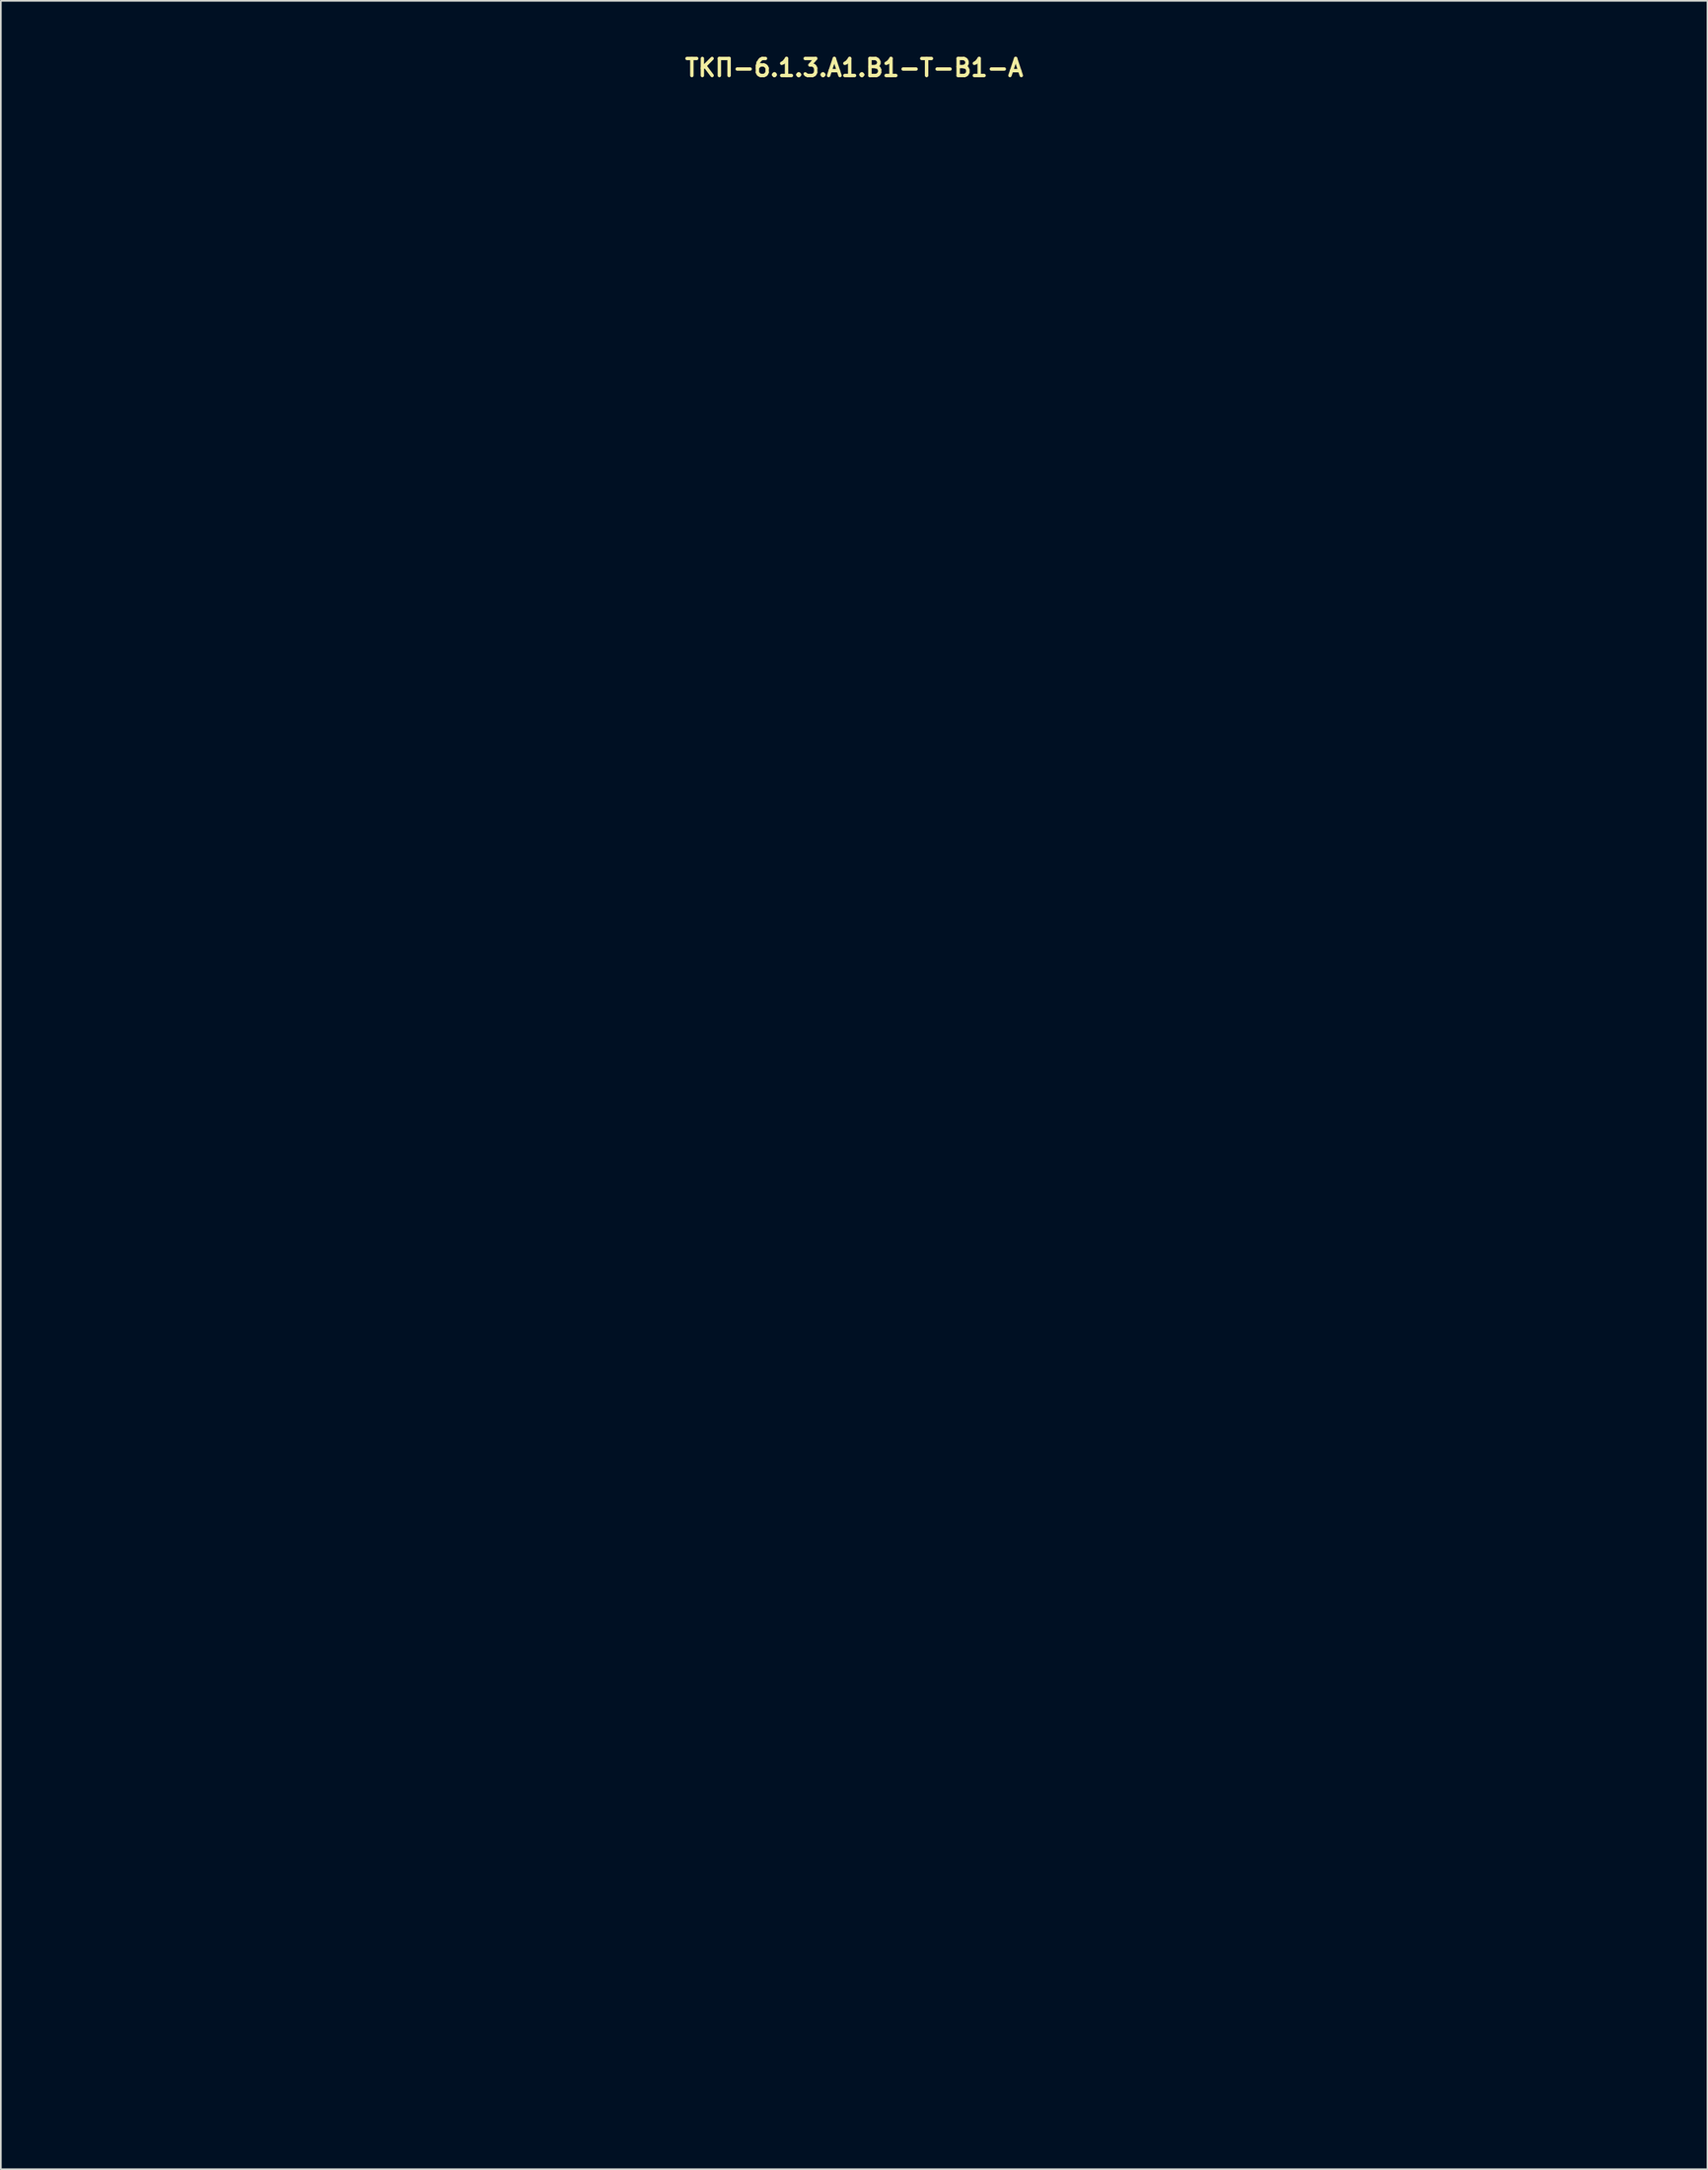
<source format=kicad_pcb>
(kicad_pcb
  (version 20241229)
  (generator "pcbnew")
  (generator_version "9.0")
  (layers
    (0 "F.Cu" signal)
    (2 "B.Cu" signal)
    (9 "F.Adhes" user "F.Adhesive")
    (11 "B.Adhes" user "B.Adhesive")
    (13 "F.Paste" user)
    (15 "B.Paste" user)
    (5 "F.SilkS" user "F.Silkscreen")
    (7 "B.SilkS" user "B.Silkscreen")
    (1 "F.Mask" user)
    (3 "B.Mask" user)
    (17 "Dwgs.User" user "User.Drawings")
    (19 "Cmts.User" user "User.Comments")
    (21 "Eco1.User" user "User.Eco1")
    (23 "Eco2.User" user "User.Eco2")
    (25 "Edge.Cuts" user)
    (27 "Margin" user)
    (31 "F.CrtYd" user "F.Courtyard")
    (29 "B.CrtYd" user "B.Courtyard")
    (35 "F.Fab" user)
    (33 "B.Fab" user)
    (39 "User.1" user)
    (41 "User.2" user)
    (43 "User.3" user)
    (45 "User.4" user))
  (footprint "ТКП-6.1.3.A1.B1-T-B1-A"
    (layer "F.Cu")
    (at 47.2 61.515)
    (property "Reference" "ТКП-6.1.3.A1.B1-T-B1-A" (at 0 -60.579 0) (layer "F.SilkS") (effects (font (size 1 1) (thickness 0.2))))
    (attr through_hole)
    (fp_line (start -47 -56.65) (end -47 56.65) (stroke (width 0.4) (type solid)) (layer "Eco1.User"))
    (fp_line (start -43.9 -59.75) (end 43.9 -59.75) (stroke (width 0.4) (type solid)) (layer "Eco1.User"))
    (fp_line (start -43.9 59.75) (end 43.9 59.75) (stroke (width 0.4) (type solid)) (layer "Eco1.User"))
    (fp_line (start 47 -56.65) (end 47 56.65) (stroke (width 0.4) (type solid)) (layer "Eco1.User"))
    (fp_arc (start -47 -56.65) (mid -46.092031 -58.842031) (end -43.9 -59.75) (stroke (width 0.4) (type solid)) (layer "Eco1.User"))
    (fp_arc (start -43.9 59.75) (mid -46.092031 58.842031) (end -47 56.65) (stroke (width 0.4) (type solid)) (layer "Eco1.User"))
    (fp_arc (start 43.9 -59.75) (mid 46.092031 -58.842031) (end 47 -56.65) (stroke (width 0.4) (type solid)) (layer "Eco1.User"))
    (fp_arc (start 47 56.65) (mid 46.092031 58.842031) (end 43.9 59.75) (stroke (width 0.4) (type solid)) (layer "Eco1.User"))
    (fp_circle (center -38.6 -51.35) (end -37.1 -51.35) (stroke (width 0.4) (type solid)) (fill no) (layer "Eco1.User"))
    (fp_circle (center -38.6 -51.35) (end -35.1 -51.35) (stroke (width 0.4) (type solid)) (fill no) (layer "Eco1.User"))
    (fp_circle (center -38.6 51.35) (end -37.1 51.35) (stroke (width 0.4) (type solid)) (fill no) (layer "Eco1.User"))
    (fp_circle (center -38.6 51.35) (end -35.1 51.35) (stroke (width 0.4) (type solid)) (fill no) (layer "Eco1.User"))
    (fp_circle (center -33.02 -31.55) (end -29.42 -31.55) (stroke (width 0.4) (type solid)) (fill no) (layer "Eco1.User"))
    (fp_circle (center -33.02 -31.55) (end -23.52 -31.55) (stroke (width 0.4) (type solid)) (fill no) (layer "Eco1.User"))
    (fp_circle (center -29.21 -52.07) (end -27.71 -52.07) (stroke (width 0.4) (type solid)) (fill no) (layer "Eco1.User"))
    (fp_circle (center -29.21 -52.07) (end -25.71 -52.07) (stroke (width 0.4) (type solid)) (fill no) (layer "Eco1.User"))
    (fp_circle (center -8.89 -52.07) (end -7.39 -52.07) (stroke (width 0.4) (type solid)) (fill no) (layer "Eco1.User"))
    (fp_circle (center -8.89 -52.07) (end -5.39 -52.07) (stroke (width 0.4) (type solid)) (fill no) (layer "Eco1.User"))
    (fp_circle (center 0 -31.55) (end 3.6 -31.55) (stroke (width 0.4) (type solid)) (fill no) (layer "Eco1.User"))
    (fp_circle (center 0 -31.55) (end 9.5 -31.55) (stroke (width 0.4) (type solid)) (fill no) (layer "Eco1.User"))
    (fp_circle (center 0 13.97) (end 2.65 13.97) (stroke (width 0.4) (type solid)) (fill no) (layer "Eco1.User"))
    (fp_circle (center 0 29.21) (end 6 29.21) (stroke (width 0.4) (type solid)) (fill no) (layer "Eco1.User"))
    (fp_circle (center 0 29.21) (end 9.75 29.21) (stroke (width 0.4) (type solid)) (fill no) (layer "Eco1.User"))
    (fp_circle (center 8.89 -52.07) (end 10.39 -52.07) (stroke (width 0.4) (type solid)) (fill no) (layer "Eco1.User"))
    (fp_circle (center 8.89 -52.07) (end 12.39 -52.07) (stroke (width 0.4) (type solid)) (fill no) (layer "Eco1.User"))
    (fp_circle (center 29.21 -52.07) (end 30.71 -52.07) (stroke (width 0.4) (type solid)) (fill no) (layer "Eco1.User"))
    (fp_circle (center 29.21 -52.07) (end 32.71 -52.07) (stroke (width 0.4) (type solid)) (fill no) (layer "Eco1.User"))
    (fp_circle (center 33.02 -31.55) (end 36.62 -31.55) (stroke (width 0.4) (type solid)) (fill no) (layer "Eco1.User"))
    (fp_circle (center 33.02 -31.55) (end 42.52 -31.55) (stroke (width 0.4) (type solid)) (fill no) (layer "Eco1.User"))
    (fp_circle (center 38.6 -51.35) (end 40.1 -51.35) (stroke (width 0.4) (type solid)) (fill no) (layer "Eco1.User"))
    (fp_circle (center 38.6 -51.35) (end 42.1 -51.35) (stroke (width 0.4) (type solid)) (fill no) (layer "Eco1.User"))
    (fp_circle (center 38.6 51.35) (end 40.1 51.35) (stroke (width 0.4) (type solid)) (fill no) (layer "Eco1.User"))
    (fp_circle (center 38.6 51.35) (end 42.1 51.35) (stroke (width 0.4) (type solid)) (fill no) (layer "Eco1.User"))
    (fp_line (start -47 -59.75) (end -47 59.75) (stroke (width 0.4) (type solid)) (layer "Eco2.User"))
    (fp_line (start -47 -59.75) (end 47 -59.75) (stroke (width 0.4) (type solid)) (layer "Eco2.User"))
    (fp_line (start -47 59.75) (end 47 59.75) (stroke (width 0.4) (type solid)) (layer "Eco2.User"))
    (fp_line (start -5.715 -45.72) (end -4.445 -45.72) (stroke (width 0.25) (type solid)) (layer "Eco2.User"))
    (fp_line (start -5.08 -46.355) (end -5.08 -45.085) (stroke (width 0.25) (type solid)) (layer "Eco2.User"))
    (fp_line (start -3.81 -45.72) (end -1.27 -45.72) (stroke (width 0.5) (type solid)) (layer "Eco2.User"))
    (fp_line (start 0 -45.72) (end 3.81 -45.72) (stroke (width 0.5) (type solid)) (layer "Eco2.User"))
    (fp_line (start 4.445 -45.72) (end 5.715 -45.72) (stroke (width 0.25) (type solid)) (layer "Eco2.User"))
    (fp_line (start 47 -59.75) (end 47 59.75) (stroke (width 0.4) (type solid)) (layer "Eco2.User"))
    (fp_arc (start 0 -44.45) (mid -1.27 -45.72) (end 0 -46.99) (stroke (width 0.5) (type solid)) (layer "Eco2.User"))
    (fp_circle (center -5.08 -45.72) (end -3.81 -45.72) (stroke (width 0.5) (type solid)) (fill no) (layer "Eco2.User"))
    (fp_circle (center 0 -45.72) (end 0.25 -45.72) (stroke (width 0.5) (type solid)) (fill no) (layer "Eco2.User"))
    (fp_circle (center 5.08 -45.72) (end 6.35 -45.72) (stroke (width 0.5) (type solid)) (fill no) (layer "Eco2.User"))
    (fp_poly (pts (xy -19.05 -46.99) (xy -20.32 -44.45) (xy -17.78 -44.45)) (stroke (width 0.5) (type solid)) (fill no) (layer "Eco2.User"))
    (fp_poly (pts (xy 19.05 -44.45) (xy 17.78 -46.99) (xy 20.32 -46.99)) (stroke (width 0.5) (type solid)) (fill no) (layer "Eco2.User"))
    (fp_text user "OUTPUT" (at 33.02 -18.415 0) (unlocked yes) (layer "Eco2.User") (effects (font (size 3 3) (thickness 0.5))))
    (fp_text user "9V" (at 0 -52.07 0) (unlocked yes) (layer "Eco2.User") (effects (font (size 3 3) (thickness 0.5))))
    (fp_text user "OUT" (at -19.05 -52.07 0) (unlocked yes) (layer "Eco2.User") (effects (font (size 3 3) (thickness 0.5))))
    (fp_text user "IN" (at 19.05 -52.07 0) (unlocked yes) (layer "Eco2.User") (effects (font (size 3 3) (thickness 0.5))))
    (fp_text user "TREBLE" (at 0 -18.415 0) (unlocked yes) (layer "Eco2.User") (effects (font (size 3 3) (thickness 0.5))))
    (fp_text user "GAIN" (at -33.02 -18.415 0) (unlocked yes) (layer "Eco2.User") (effects (font (size 3 3) (thickness 0.5))))
    (fp_text user "-ТТКРЧПДЛ-\nFISHTAUR\nREV. 1" (at 0 48.26 0) (unlocked yes) (layer "Eco2.User") (effects (font (size 3 3) (thickness 0.5)))))
  (gr_rect
    (start -3 -3)
    (end 97.4 124.465)
    (stroke (width 0.1) (type default))
    (fill no)
    (layer "Edge.Cuts")))
</source>
